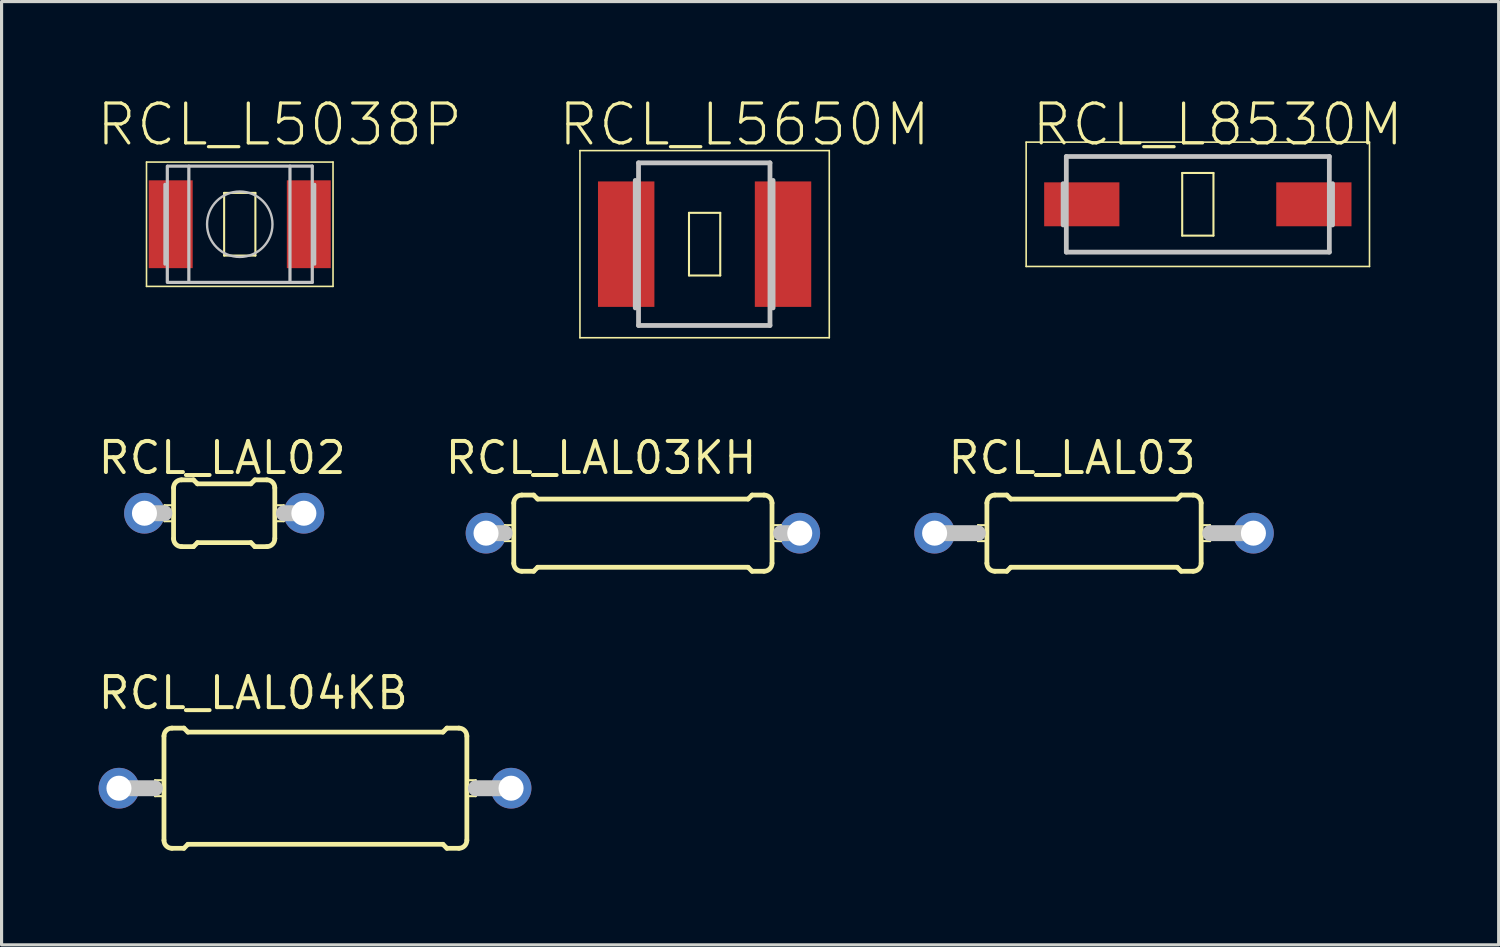
<source format=kicad_pcb>
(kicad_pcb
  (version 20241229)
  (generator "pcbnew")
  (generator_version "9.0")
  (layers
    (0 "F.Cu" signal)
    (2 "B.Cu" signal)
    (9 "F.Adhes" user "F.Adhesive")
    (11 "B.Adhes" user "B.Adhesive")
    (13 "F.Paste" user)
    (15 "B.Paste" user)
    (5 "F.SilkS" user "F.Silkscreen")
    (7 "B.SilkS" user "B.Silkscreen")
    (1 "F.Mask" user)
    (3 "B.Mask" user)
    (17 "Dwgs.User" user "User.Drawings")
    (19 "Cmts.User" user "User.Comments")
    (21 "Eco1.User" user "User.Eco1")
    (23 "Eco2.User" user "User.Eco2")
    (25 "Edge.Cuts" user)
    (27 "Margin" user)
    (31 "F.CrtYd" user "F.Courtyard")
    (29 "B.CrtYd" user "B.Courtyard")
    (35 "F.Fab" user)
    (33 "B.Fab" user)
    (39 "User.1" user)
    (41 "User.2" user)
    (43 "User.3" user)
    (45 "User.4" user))
  (footprint "RCL_L5650M"
    (layer "F.Cu")
    (at 19.405 4.731)
    (property "Reference" "RCL_L5650M" (at 1.27 -3.81 0) (layer "F.SilkS") (effects (font (size 1.27 1.27) (thickness 0.102))))
    (attr smd)
    (fp_line (start -3.973 -2.982) (end 3.973 -2.982) (stroke (width 0.051) (type solid)) (layer "F.SilkS"))
    (fp_line (start -3.973 2.982) (end -3.973 -2.982) (stroke (width 0.051) (type solid)) (layer "F.SilkS"))
    (fp_line (start -0.498 -0.998) (end 0.498 -0.998) (stroke (width 0.066) (type solid)) (layer "F.SilkS"))
    (fp_line (start -0.498 0.998) (end -0.498 -0.998) (stroke (width 0.066) (type solid)) (layer "F.SilkS"))
    (fp_line (start -0.498 0.998) (end 0.498 0.998) (stroke (width 0.066) (type solid)) (layer "F.SilkS"))
    (fp_line (start 0.498 0.998) (end 0.498 -0.998) (stroke (width 0.066) (type solid)) (layer "F.SilkS"))
    (fp_line (start 3.973 -2.982) (end 3.973 2.982) (stroke (width 0.051) (type solid)) (layer "F.SilkS"))
    (fp_line (start 3.973 2.982) (end -3.973 2.982) (stroke (width 0.051) (type solid)) (layer "F.SilkS"))
    (fp_line (start -2.21 -2.032) (end -2.21 2.032) (stroke (width 0.152) (type solid)) (layer "Dwgs.User"))
    (fp_line (start -2.106 -2.591) (end -2.106 2.591) (stroke (width 0.152) (type solid)) (layer "Dwgs.User"))
    (fp_line (start -2.106 2.591) (end 2.083 2.591) (stroke (width 0.152) (type solid)) (layer "Dwgs.User"))
    (fp_line (start 2.083 -2.591) (end -2.106 -2.591) (stroke (width 0.152) (type solid)) (layer "Dwgs.User"))
    (fp_line (start 2.083 -2.591) (end 2.083 2.591) (stroke (width 0.152) (type solid)) (layer "Dwgs.User"))
    (fp_line (start 2.182 -2.032) (end 2.182 2.032) (stroke (width 0.152) (type solid)) (layer "Dwgs.User"))
    (pad "1" smd rect (at -2.499 0) (size 1.798 3.998) (layers "F.Cu" "F.Mask" "F.Paste"))
    (pad "2" smd rect (at 2.499 0) (size 1.798 3.998) (layers "F.Cu" "F.Mask" "F.Paste")))
  (footprint "RCL_LAL03"
    (layer "F.Cu")
    (at 31.815 13.941)
    (property "Reference" "RCL_LAL03" (at -0.699 -2.4 0) (layer "F.SilkS") (effects (font (size 0.991 0.991) (thickness 0.127))))
    (attr exclude_from_pos_files exclude_from_bom)
    (fp_line (start -3.698 -0.254) (end -3.414 -0.254) (stroke (width 0.066) (type solid)) (layer "F.SilkS"))
    (fp_line (start -3.698 0.254) (end -3.698 -0.254) (stroke (width 0.066) (type solid)) (layer "F.SilkS"))
    (fp_line (start -3.698 0.254) (end -3.414 0.254) (stroke (width 0.066) (type solid)) (layer "F.SilkS"))
    (fp_line (start -3.414 0.254) (end -3.414 -0.254) (stroke (width 0.066) (type solid)) (layer "F.SilkS"))
    (fp_line (start -3.414 0.96) (end -3.414 -0.96) (stroke (width 0.152) (type solid)) (layer "F.SilkS"))
    (fp_line (start -3.16 -1.214) (end -2.779 -1.214) (stroke (width 0.152) (type solid)) (layer "F.SilkS"))
    (fp_line (start -3.16 1.214) (end -2.779 1.214) (stroke (width 0.152) (type solid)) (layer "F.SilkS"))
    (fp_line (start -2.652 -1.087) (end -2.779 -1.214) (stroke (width 0.152) (type solid)) (layer "F.SilkS"))
    (fp_line (start -2.652 1.087) (end -2.779 1.214) (stroke (width 0.152) (type solid)) (layer "F.SilkS"))
    (fp_line (start 2.652 -1.087) (end -2.652 -1.087) (stroke (width 0.152) (type solid)) (layer "F.SilkS"))
    (fp_line (start 2.652 -1.087) (end 2.779 -1.214) (stroke (width 0.152) (type solid)) (layer "F.SilkS"))
    (fp_line (start 2.652 1.087) (end -2.652 1.087) (stroke (width 0.152) (type solid)) (layer "F.SilkS"))
    (fp_line (start 2.652 1.087) (end 2.779 1.214) (stroke (width 0.152) (type solid)) (layer "F.SilkS"))
    (fp_line (start 3.16 -1.214) (end 2.779 -1.214) (stroke (width 0.152) (type solid)) (layer "F.SilkS"))
    (fp_line (start 3.16 1.214) (end 2.779 1.214) (stroke (width 0.152) (type solid)) (layer "F.SilkS"))
    (fp_line (start 3.414 -0.254) (end 3.698 -0.254) (stroke (width 0.066) (type solid)) (layer "F.SilkS"))
    (fp_line (start 3.414 0.254) (end 3.414 -0.254) (stroke (width 0.066) (type solid)) (layer "F.SilkS"))
    (fp_line (start 3.414 0.254) (end 3.698 0.254) (stroke (width 0.066) (type solid)) (layer "F.SilkS"))
    (fp_line (start 3.414 0.96) (end 3.414 -0.96) (stroke (width 0.152) (type solid)) (layer "F.SilkS"))
    (fp_line (start 3.698 0.254) (end 3.698 -0.254) (stroke (width 0.066) (type solid)) (layer "F.SilkS"))
    (fp_arc (start -3.41376 -0.96012) (mid -3.339365 -1.139725) (end -3.15976 -1.21412) (stroke (width 0.1524) (type solid)) (layer "F.SilkS"))
    (fp_arc (start -3.15976 1.21412) (mid -3.339365 1.139725) (end -3.41376 0.96012) (stroke (width 0.1524) (type solid)) (layer "F.SilkS"))
    (fp_arc (start 3.15976 -1.21412) (mid 3.339365 -1.139725) (end 3.41376 -0.96012) (stroke (width 0.1524) (type solid)) (layer "F.SilkS"))
    (fp_arc (start 3.41376 0.96012) (mid 3.339365 1.139725) (end 3.15976 1.21412) (stroke (width 0.1524) (type solid)) (layer "F.SilkS"))
    (fp_line (start -5.08 0) (end -3.703 0) (stroke (width 0.508) (type solid)) (layer "Dwgs.User"))
    (fp_line (start 5.08 0) (end 3.703 0) (stroke (width 0.508) (type solid)) (layer "Dwgs.User"))
    (pad "1" thru_hole circle (at -5.08 0) (size 1.298 1.298) (drill 0.798) (layers "*.Cu" "*.Paste" "*.Mask"))
    (pad "2" thru_hole circle (at 5.08 0) (size 1.298 1.298) (drill 0.798) (layers "*.Cu" "*.Paste" "*.Mask")))
  (footprint "RCL_LAL03KH"
    (layer "F.Cu")
    (at 17.438 13.941)
    (property "Reference" "RCL_LAL03KH" (at -1.333 -2.4 0) (layer "F.SilkS") (effects (font (size 0.991 0.991) (thickness 0.127))))
    (attr exclude_from_pos_files exclude_from_bom)
    (fp_line (start -4.399 -0.254) (end -4.115 -0.254) (stroke (width 0.066) (type solid)) (layer "F.SilkS"))
    (fp_line (start -4.399 0.254) (end -4.399 -0.254) (stroke (width 0.066) (type solid)) (layer "F.SilkS"))
    (fp_line (start -4.399 0.254) (end -4.115 0.254) (stroke (width 0.066) (type solid)) (layer "F.SilkS"))
    (fp_line (start -4.115 0.254) (end -4.115 -0.254) (stroke (width 0.066) (type solid)) (layer "F.SilkS"))
    (fp_line (start -4.115 0.96) (end -4.115 -0.96) (stroke (width 0.152) (type solid)) (layer "F.SilkS"))
    (fp_line (start -3.861 -1.214) (end -3.48 -1.214) (stroke (width 0.152) (type solid)) (layer "F.SilkS"))
    (fp_line (start -3.861 1.214) (end -3.48 1.214) (stroke (width 0.152) (type solid)) (layer "F.SilkS"))
    (fp_line (start -3.353 -1.087) (end -3.48 -1.214) (stroke (width 0.152) (type solid)) (layer "F.SilkS"))
    (fp_line (start -3.353 1.087) (end -3.48 1.214) (stroke (width 0.152) (type solid)) (layer "F.SilkS"))
    (fp_line (start 3.353 -1.087) (end -3.353 -1.087) (stroke (width 0.152) (type solid)) (layer "F.SilkS"))
    (fp_line (start 3.353 -1.087) (end 3.48 -1.214) (stroke (width 0.152) (type solid)) (layer "F.SilkS"))
    (fp_line (start 3.353 1.087) (end -3.353 1.087) (stroke (width 0.152) (type solid)) (layer "F.SilkS"))
    (fp_line (start 3.353 1.087) (end 3.48 1.214) (stroke (width 0.152) (type solid)) (layer "F.SilkS"))
    (fp_line (start 3.861 -1.214) (end 3.48 -1.214) (stroke (width 0.152) (type solid)) (layer "F.SilkS"))
    (fp_line (start 3.861 1.214) (end 3.48 1.214) (stroke (width 0.152) (type solid)) (layer "F.SilkS"))
    (fp_line (start 4.115 -0.254) (end 4.399 -0.254) (stroke (width 0.066) (type solid)) (layer "F.SilkS"))
    (fp_line (start 4.115 0.254) (end 4.115 -0.254) (stroke (width 0.066) (type solid)) (layer "F.SilkS"))
    (fp_line (start 4.115 0.254) (end 4.399 0.254) (stroke (width 0.066) (type solid)) (layer "F.SilkS"))
    (fp_line (start 4.115 0.96) (end 4.115 -0.96) (stroke (width 0.152) (type solid)) (layer "F.SilkS"))
    (fp_line (start 4.399 0.254) (end 4.399 -0.254) (stroke (width 0.066) (type solid)) (layer "F.SilkS"))
    (fp_arc (start -4.1148 -0.96012) (mid -4.040405 -1.139725) (end -3.8608 -1.21412) (stroke (width 0.1524) (type solid)) (layer "F.SilkS"))
    (fp_arc (start -3.8608 1.21412) (mid -4.040405 1.139725) (end -4.1148 0.96012) (stroke (width 0.1524) (type solid)) (layer "F.SilkS"))
    (fp_arc (start 3.8608 -1.21412) (mid 4.040405 -1.139725) (end 4.1148 -0.96012) (stroke (width 0.1524) (type solid)) (layer "F.SilkS"))
    (fp_arc (start 4.1148 0.96012) (mid 4.040405 1.139725) (end 3.8608 1.21412) (stroke (width 0.1524) (type solid)) (layer "F.SilkS"))
    (fp_line (start -4.999 0) (end -4.404 0) (stroke (width 0.508) (type solid)) (layer "Dwgs.User"))
    (fp_line (start 4.999 0) (end 4.404 0) (stroke (width 0.508) (type solid)) (layer "Dwgs.User"))
    (pad "1" thru_hole circle (at -4.999 0) (size 1.298 1.298) (drill 0.798) (layers "*.Cu" "*.Paste" "*.Mask"))
    (pad "2" thru_hole circle (at 4.999 0) (size 1.298 1.298) (drill 0.798) (layers "*.Cu" "*.Paste" "*.Mask")))
  (footprint "RCL_LAL04KB"
    (layer "F.Cu")
    (at 6.989 22.069)
    (property "Reference" "RCL_LAL04KB" (at -1.968 -3.035 0) (layer "F.SilkS") (effects (font (size 0.991 0.991) (thickness 0.127))))
    (attr exclude_from_pos_files exclude_from_bom)
    (fp_line (start -5.098 -0.254) (end -4.813 -0.254) (stroke (width 0.066) (type solid)) (layer "F.SilkS"))
    (fp_line (start -5.098 0.254) (end -5.098 -0.254) (stroke (width 0.066) (type solid)) (layer "F.SilkS"))
    (fp_line (start -5.098 0.254) (end -4.813 0.254) (stroke (width 0.066) (type solid)) (layer "F.SilkS"))
    (fp_line (start -4.813 0.254) (end -4.813 -0.254) (stroke (width 0.066) (type solid)) (layer "F.SilkS"))
    (fp_line (start -4.813 1.661) (end -4.813 -1.661) (stroke (width 0.152) (type solid)) (layer "F.SilkS"))
    (fp_line (start -4.559 -1.915) (end -4.178 -1.915) (stroke (width 0.152) (type solid)) (layer "F.SilkS"))
    (fp_line (start -4.559 1.915) (end -4.178 1.915) (stroke (width 0.152) (type solid)) (layer "F.SilkS"))
    (fp_line (start -4.051 -1.788) (end -4.178 -1.915) (stroke (width 0.152) (type solid)) (layer "F.SilkS"))
    (fp_line (start -4.051 1.788) (end -4.178 1.915) (stroke (width 0.152) (type solid)) (layer "F.SilkS"))
    (fp_line (start 4.077 -1.788) (end -4.051 -1.788) (stroke (width 0.152) (type solid)) (layer "F.SilkS"))
    (fp_line (start 4.077 -1.788) (end 4.204 -1.915) (stroke (width 0.152) (type solid)) (layer "F.SilkS"))
    (fp_line (start 4.077 1.788) (end -4.051 1.788) (stroke (width 0.152) (type solid)) (layer "F.SilkS"))
    (fp_line (start 4.077 1.788) (end 4.204 1.915) (stroke (width 0.152) (type solid)) (layer "F.SilkS"))
    (fp_line (start 4.585 -1.915) (end 4.204 -1.915) (stroke (width 0.152) (type solid)) (layer "F.SilkS"))
    (fp_line (start 4.585 1.915) (end 4.204 1.915) (stroke (width 0.152) (type solid)) (layer "F.SilkS"))
    (fp_line (start 4.839 -0.254) (end 5.123 -0.254) (stroke (width 0.066) (type solid)) (layer "F.SilkS"))
    (fp_line (start 4.839 0.254) (end 4.839 -0.254) (stroke (width 0.066) (type solid)) (layer "F.SilkS"))
    (fp_line (start 4.839 0.254) (end 5.123 0.254) (stroke (width 0.066) (type solid)) (layer "F.SilkS"))
    (fp_line (start 4.839 1.661) (end 4.839 -1.661) (stroke (width 0.152) (type solid)) (layer "F.SilkS"))
    (fp_line (start 5.123 0.254) (end 5.123 -0.254) (stroke (width 0.066) (type solid)) (layer "F.SilkS"))
    (fp_arc (start -4.8133 -1.66116) (mid -4.738905 -1.840765) (end -4.5593 -1.91516) (stroke (width 0.1524) (type solid)) (layer "F.SilkS"))
    (fp_arc (start -4.5593 1.91516) (mid -4.738905 1.840765) (end -4.8133 1.66116) (stroke (width 0.1524) (type solid)) (layer "F.SilkS"))
    (fp_arc (start 4.5847 -1.91516) (mid 4.764305 -1.840765) (end 4.8387 -1.66116) (stroke (width 0.1524) (type solid)) (layer "F.SilkS"))
    (fp_arc (start 4.8387 1.66116) (mid 4.764305 1.840765) (end 4.5847 1.91516) (stroke (width 0.1524) (type solid)) (layer "F.SilkS"))
    (fp_line (start -6.248 0) (end -5.103 0) (stroke (width 0.508) (type solid)) (layer "Dwgs.User"))
    (fp_line (start 6.248 0) (end 5.128 0) (stroke (width 0.508) (type solid)) (layer "Dwgs.User"))
    (pad "1" thru_hole circle (at -6.248 0) (size 1.298 1.298) (drill 0.798) (layers "*.Cu" "*.Paste" "*.Mask"))
    (pad "2" thru_hole circle (at 6.248 0) (size 1.298 1.298) (drill 0.798) (layers "*.Cu" "*.Paste" "*.Mask")))
  (footprint "RCL_L5038P"
    (layer "F.Cu")
    (at 4.591 4.096)
    (property "Reference" "RCL_L5038P" (at 1.27 -3.175 0) (layer "F.SilkS") (effects (font (size 1.27 1.27) (thickness 0.102))))
    (attr smd)
    (fp_line (start -2.972 -1.981) (end 2.972 -1.981) (stroke (width 0.051) (type solid)) (layer "F.SilkS"))
    (fp_line (start -2.972 1.981) (end -2.972 -1.981) (stroke (width 0.051) (type solid)) (layer "F.SilkS"))
    (fp_line (start -0.498 -0.998) (end 0.498 -0.998) (stroke (width 0.066) (type solid)) (layer "F.SilkS"))
    (fp_line (start -0.498 0.998) (end -0.498 -0.998) (stroke (width 0.066) (type solid)) (layer "F.SilkS"))
    (fp_line (start -0.498 0.998) (end 0.498 0.998) (stroke (width 0.066) (type solid)) (layer "F.SilkS"))
    (fp_line (start 0.498 0.998) (end 0.498 -0.998) (stroke (width 0.066) (type solid)) (layer "F.SilkS"))
    (fp_line (start 2.972 -1.981) (end 2.972 1.981) (stroke (width 0.051) (type solid)) (layer "F.SilkS"))
    (fp_line (start 2.972 1.981) (end -2.972 1.981) (stroke (width 0.051) (type solid)) (layer "F.SilkS"))
    (fp_line (start -2.385 1.27) (end -2.385 -1.27) (stroke (width 0.102) (type solid)) (layer "Dwgs.User"))
    (fp_line (start -2.309 1.852) (end -2.309 -1.852) (stroke (width 0.102) (type solid)) (layer "Dwgs.User"))
    (fp_line (start -2.286 -1.852) (end 2.309 -1.852) (stroke (width 0.102) (type solid)) (layer "Dwgs.User"))
    (fp_line (start -2.286 1.854) (end 2.309 1.854) (stroke (width 0.102) (type solid)) (layer "Dwgs.User"))
    (fp_line (start -1.623 1.852) (end -1.623 -1.852) (stroke (width 0.102) (type solid)) (layer "Dwgs.User"))
    (fp_line (start 1.6 1.852) (end 1.6 -1.852) (stroke (width 0.102) (type solid)) (layer "Dwgs.User"))
    (fp_line (start 2.311 1.852) (end 2.311 -1.852) (stroke (width 0.102) (type solid)) (layer "Dwgs.User"))
    (fp_line (start 2.388 1.27) (end 2.388 -1.27) (stroke (width 0.102) (type solid)) (layer "Dwgs.User"))
    (fp_circle (center 0 0) (end -0.737 0.737) (stroke (width 0.076) (type solid)) (fill no) (layer "Dwgs.User"))
    (pad "1" smd rect (at -2.2 0) (size 1.4 2.799) (layers "F.Cu" "F.Mask" "F.Paste"))
    (pad "2" smd rect (at 2.2 0) (size 1.4 2.799) (layers "F.Cu" "F.Mask" "F.Paste")))
  (footprint "RCL_L8530M"
    (layer "F.Cu")
    (at 35.123 3.461)
    (property "Reference" "RCL_L8530M" (at 0.635 -2.54 0) (layer "F.SilkS") (effects (font (size 1.27 1.27) (thickness 0.102))))
    (attr smd)
    (fp_line (start -5.471 -1.981) (end 5.471 -1.981) (stroke (width 0.051) (type solid)) (layer "F.SilkS"))
    (fp_line (start -5.471 1.981) (end -5.471 -1.981) (stroke (width 0.051) (type solid)) (layer "F.SilkS"))
    (fp_line (start -0.498 -0.998) (end 0.498 -0.998) (stroke (width 0.066) (type solid)) (layer "F.SilkS"))
    (fp_line (start -0.498 0.998) (end -0.498 -0.998) (stroke (width 0.066) (type solid)) (layer "F.SilkS"))
    (fp_line (start -0.498 0.998) (end 0.498 0.998) (stroke (width 0.066) (type solid)) (layer "F.SilkS"))
    (fp_line (start 0.498 0.998) (end 0.498 -0.998) (stroke (width 0.066) (type solid)) (layer "F.SilkS"))
    (fp_line (start 5.471 -1.981) (end 5.471 1.981) (stroke (width 0.051) (type solid)) (layer "F.SilkS"))
    (fp_line (start 5.471 1.981) (end -5.471 1.981) (stroke (width 0.051) (type solid)) (layer "F.SilkS"))
    (fp_line (start -4.293 0.658) (end -4.293 -0.658) (stroke (width 0.152) (type solid)) (layer "Dwgs.User"))
    (fp_line (start -4.191 1.524) (end -4.191 -1.524) (stroke (width 0.152) (type solid)) (layer "Dwgs.User"))
    (fp_line (start 4.191 -1.524) (end -4.191 -1.524) (stroke (width 0.152) (type solid)) (layer "Dwgs.User"))
    (fp_line (start 4.191 1.524) (end -4.191 1.524) (stroke (width 0.152) (type solid)) (layer "Dwgs.User"))
    (fp_line (start 4.191 1.524) (end 4.191 -1.524) (stroke (width 0.152) (type solid)) (layer "Dwgs.User"))
    (fp_line (start 4.293 0.658) (end 4.293 -0.658) (stroke (width 0.152) (type solid)) (layer "Dwgs.User"))
    (pad "1" smd rect (at -3.698 0) (size 2.398 1.4) (layers "F.Cu" "F.Mask" "F.Paste"))
    (pad "2" smd rect (at 3.698 0) (size 2.398 1.4) (layers "F.Cu" "F.Mask" "F.Paste")))
  (footprint "RCL_LAL02"
    (layer "F.Cu")
    (at 4.094 13.306)
    (property "Reference" "RCL_LAL02" (at -0.064 -1.765 0) (layer "F.SilkS") (effects (font (size 0.991 0.991) (thickness 0.127))))
    (attr exclude_from_pos_files exclude_from_bom)
    (fp_line (start -1.9 -0.254) (end -1.613 -0.254) (stroke (width 0.066) (type solid)) (layer "F.SilkS"))
    (fp_line (start -1.9 0.254) (end -1.9 -0.254) (stroke (width 0.066) (type solid)) (layer "F.SilkS"))
    (fp_line (start -1.9 0.254) (end -1.613 0.254) (stroke (width 0.066) (type solid)) (layer "F.SilkS"))
    (fp_line (start -1.613 0.254) (end -1.613 -0.254) (stroke (width 0.066) (type solid)) (layer "F.SilkS"))
    (fp_line (start -1.613 0.81) (end -1.613 -0.81) (stroke (width 0.152) (type solid)) (layer "F.SilkS"))
    (fp_line (start -1.359 -1.064) (end -0.978 -1.064) (stroke (width 0.152) (type solid)) (layer "F.SilkS"))
    (fp_line (start -1.359 1.064) (end -0.978 1.064) (stroke (width 0.152) (type solid)) (layer "F.SilkS"))
    (fp_line (start -0.851 -0.937) (end -0.978 -1.064) (stroke (width 0.152) (type solid)) (layer "F.SilkS"))
    (fp_line (start -0.851 0.937) (end -0.978 1.064) (stroke (width 0.152) (type solid)) (layer "F.SilkS"))
    (fp_line (start 0.851 -0.937) (end -0.851 -0.937) (stroke (width 0.152) (type solid)) (layer "F.SilkS"))
    (fp_line (start 0.851 -0.937) (end 0.978 -1.064) (stroke (width 0.152) (type solid)) (layer "F.SilkS"))
    (fp_line (start 0.851 0.937) (end -0.851 0.937) (stroke (width 0.152) (type solid)) (layer "F.SilkS"))
    (fp_line (start 0.851 0.937) (end 0.978 1.064) (stroke (width 0.152) (type solid)) (layer "F.SilkS"))
    (fp_line (start 1.359 -1.064) (end 0.978 -1.064) (stroke (width 0.152) (type solid)) (layer "F.SilkS"))
    (fp_line (start 1.359 1.064) (end 0.978 1.064) (stroke (width 0.152) (type solid)) (layer "F.SilkS"))
    (fp_line (start 1.613 -0.254) (end 1.9 -0.254) (stroke (width 0.066) (type solid)) (layer "F.SilkS"))
    (fp_line (start 1.613 0.254) (end 1.613 -0.254) (stroke (width 0.066) (type solid)) (layer "F.SilkS"))
    (fp_line (start 1.613 0.254) (end 1.9 0.254) (stroke (width 0.066) (type solid)) (layer "F.SilkS"))
    (fp_line (start 1.613 0.81) (end 1.613 -0.81) (stroke (width 0.152) (type solid)) (layer "F.SilkS"))
    (fp_line (start 1.9 0.254) (end 1.9 -0.254) (stroke (width 0.066) (type solid)) (layer "F.SilkS"))
    (fp_arc (start -1.6129 -0.81026) (mid -1.538505 -0.989865) (end -1.3589 -1.06426) (stroke (width 0.1524) (type solid)) (layer "F.SilkS"))
    (fp_arc (start -1.3589 1.06426) (mid -1.538505 0.989865) (end -1.6129 0.81026) (stroke (width 0.1524) (type solid)) (layer "F.SilkS"))
    (fp_arc (start 1.3589 -1.06426) (mid 1.538505 -0.989865) (end 1.6129 -0.81026) (stroke (width 0.1524) (type solid)) (layer "F.SilkS"))
    (fp_arc (start 1.6129 0.81026) (mid 1.538505 0.989865) (end 1.3589 1.06426) (stroke (width 0.1524) (type solid)) (layer "F.SilkS"))
    (fp_line (start -2.54 0) (end -1.905 0) (stroke (width 0.508) (type solid)) (layer "Dwgs.User"))
    (fp_line (start 2.54 0) (end 1.905 0) (stroke (width 0.508) (type solid)) (layer "Dwgs.User"))
    (pad "1" thru_hole circle (at -2.54 0) (size 1.298 1.298) (drill 0.798) (layers "*.Cu" "*.Paste" "*.Mask"))
    (pad "2" thru_hole circle (at 2.54 0) (size 1.298 1.298) (drill 0.798) (layers "*.Cu" "*.Paste" "*.Mask")))
  (gr_rect
    (start -3 -3)
    (end 44.71 27.061)
    (stroke (width 0.1) (type default))
    (fill no)
    (layer "Edge.Cuts")))
</source>
